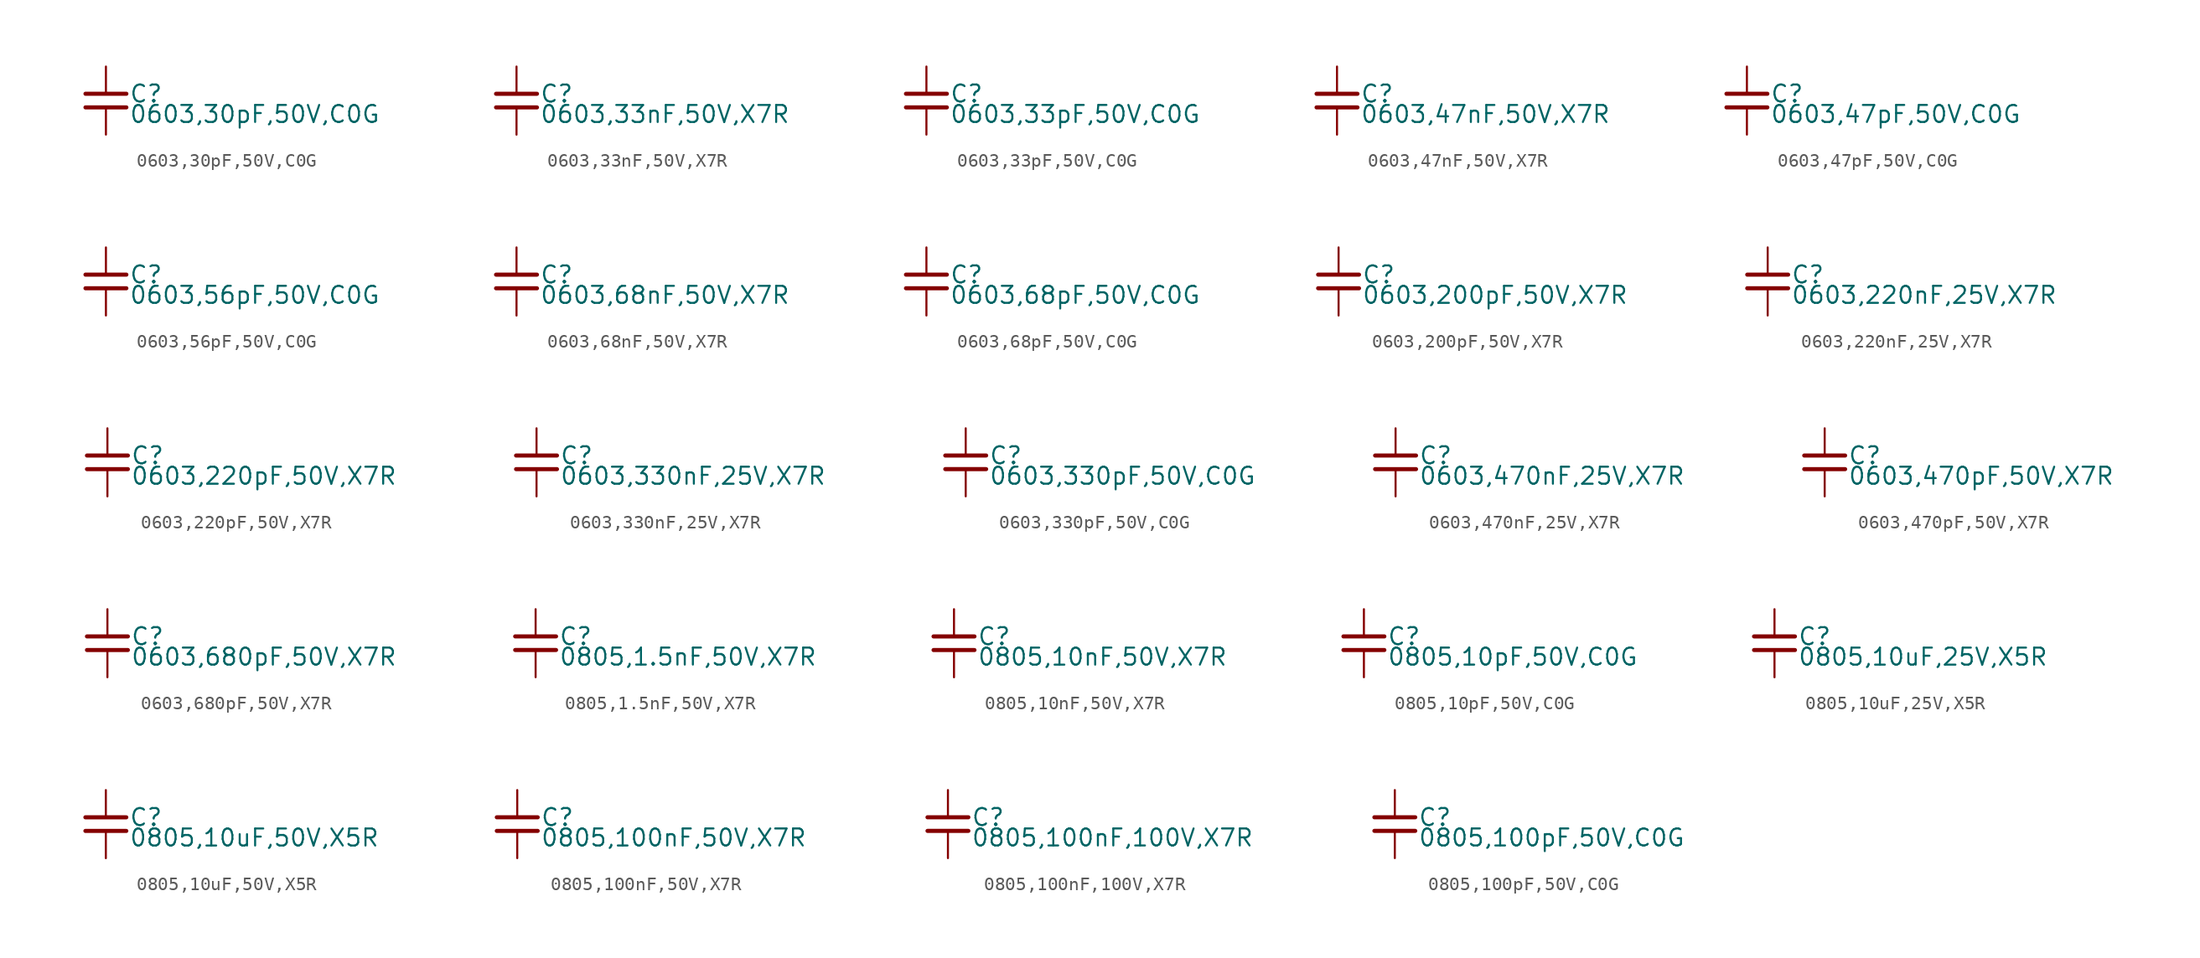
<source format=kicad_sym>
(kicad_symbol_lib
  (version 20220914)
  (generator kicad_symbol_editor)
  (symbol "0603,30pF,50V,C0G "
    (property "Reference" "C"
      (at 1.71 0.508 0)
      (effects (font (size 1.27 1.27)) (justify left)))
    (property "Value" "0603,30pF,50V,C0G "
      (at 1.71 -1.016 0)
      (effects (font (size 1.27 1.27)) (justify left)))
    (property "ki_locked" ""
      (at 0 0 0)
      (effects (font (size 1.27 1.27))))
    (symbol "0603,30pF,50V,C0G _0_0"
      (polyline (pts (xy -1.524 -0.508) (xy 1.524 -0.508)) (stroke (width 0.305) (type default)) (fill (type none)))
      (polyline (pts (xy -1.524 0.508) (xy 1.524 0.508)) (stroke (width 0.305) (type default)) (fill (type none)))
      (pin passive line (at 0 2.54 270) (length 2.032) (name "~" (effects (font (size 0 0)))) (number "1" (effects (font (size 0 0)))))
      (pin passive line (at 0 -2.54 90) (length 2.032) (name "~" (effects (font (size 0 0)))) (number "2" (effects (font (size 0 0)))))))
  (symbol "0603,33nF,50V,X7R "
    (property "Reference" "C"
      (at 1.71 0.508 0)
      (effects (font (size 1.27 1.27)) (justify left)))
    (property "Value" "0603,33nF,50V,X7R "
      (at 1.71 -1.016 0)
      (effects (font (size 1.27 1.27)) (justify left)))
    (property "ki_locked" ""
      (at 0 0 0)
      (effects (font (size 1.27 1.27))))
    (symbol "0603,33nF,50V,X7R _0_0"
      (polyline (pts (xy -1.524 -0.508) (xy 1.524 -0.508)) (stroke (width 0.305) (type default)) (fill (type none)))
      (polyline (pts (xy -1.524 0.508) (xy 1.524 0.508)) (stroke (width 0.305) (type default)) (fill (type none)))
      (pin passive line (at 0 2.54 270) (length 2.032) (name "~" (effects (font (size 0 0)))) (number "1" (effects (font (size 0 0)))))
      (pin passive line (at 0 -2.54 90) (length 2.032) (name "~" (effects (font (size 0 0)))) (number "2" (effects (font (size 0 0)))))))
  (symbol "0603,33pF,50V,C0G "
    (property "Reference" "C"
      (at 1.71 0.508 0)
      (effects (font (size 1.27 1.27)) (justify left)))
    (property "Value" "0603,33pF,50V,C0G "
      (at 1.71 -1.016 0)
      (effects (font (size 1.27 1.27)) (justify left)))
    (property "ki_locked" ""
      (at 0 0 0)
      (effects (font (size 1.27 1.27))))
    (symbol "0603,33pF,50V,C0G _0_0"
      (polyline (pts (xy -1.524 -0.508) (xy 1.524 -0.508)) (stroke (width 0.305) (type default)) (fill (type none)))
      (polyline (pts (xy -1.524 0.508) (xy 1.524 0.508)) (stroke (width 0.305) (type default)) (fill (type none)))
      (pin passive line (at 0 2.54 270) (length 2.032) (name "~" (effects (font (size 0 0)))) (number "1" (effects (font (size 0 0)))))
      (pin passive line (at 0 -2.54 90) (length 2.032) (name "~" (effects (font (size 0 0)))) (number "2" (effects (font (size 0 0)))))))
  (symbol "0603,47nF,50V,X7R "
    (property "Reference" "C"
      (at 1.71 0.508 0)
      (effects (font (size 1.27 1.27)) (justify left)))
    (property "Value" "0603,47nF,50V,X7R "
      (at 1.71 -1.016 0)
      (effects (font (size 1.27 1.27)) (justify left)))
    (property "ki_locked" ""
      (at 0 0 0)
      (effects (font (size 1.27 1.27))))
    (symbol "0603,47nF,50V,X7R _0_0"
      (polyline (pts (xy -1.524 -0.508) (xy 1.524 -0.508)) (stroke (width 0.305) (type default)) (fill (type none)))
      (polyline (pts (xy -1.524 0.508) (xy 1.524 0.508)) (stroke (width 0.305) (type default)) (fill (type none)))
      (pin passive line (at 0 2.54 270) (length 2.032) (name "~" (effects (font (size 0 0)))) (number "1" (effects (font (size 0 0)))))
      (pin passive line (at 0 -2.54 90) (length 2.032) (name "~" (effects (font (size 0 0)))) (number "2" (effects (font (size 0 0)))))))
  (symbol "0603,47pF,50V,C0G "
    (property "Reference" "C"
      (at 1.71 0.508 0)
      (effects (font (size 1.27 1.27)) (justify left)))
    (property "Value" "0603,47pF,50V,C0G "
      (at 1.71 -1.016 0)
      (effects (font (size 1.27 1.27)) (justify left)))
    (property "ki_locked" ""
      (at 0 0 0)
      (effects (font (size 1.27 1.27))))
    (symbol "0603,47pF,50V,C0G _0_0"
      (polyline (pts (xy -1.524 -0.508) (xy 1.524 -0.508)) (stroke (width 0.305) (type default)) (fill (type none)))
      (polyline (pts (xy -1.524 0.508) (xy 1.524 0.508)) (stroke (width 0.305) (type default)) (fill (type none)))
      (pin passive line (at 0 2.54 270) (length 2.032) (name "~" (effects (font (size 0 0)))) (number "1" (effects (font (size 0 0)))))
      (pin passive line (at 0 -2.54 90) (length 2.032) (name "~" (effects (font (size 0 0)))) (number "2" (effects (font (size 0 0)))))))
  (symbol "0603,56pF,50V,C0G "
    (property "Reference" "C"
      (at 1.71 0.508 0)
      (effects (font (size 1.27 1.27)) (justify left)))
    (property "Value" "0603,56pF,50V,C0G "
      (at 1.71 -1.016 0)
      (effects (font (size 1.27 1.27)) (justify left)))
    (property "ki_locked" ""
      (at 0 0 0)
      (effects (font (size 1.27 1.27))))
    (symbol "0603,56pF,50V,C0G _0_0"
      (polyline (pts (xy -1.524 -0.508) (xy 1.524 -0.508)) (stroke (width 0.305) (type default)) (fill (type none)))
      (polyline (pts (xy -1.524 0.508) (xy 1.524 0.508)) (stroke (width 0.305) (type default)) (fill (type none)))
      (pin passive line (at 0 2.54 270) (length 2.032) (name "~" (effects (font (size 0 0)))) (number "1" (effects (font (size 0 0)))))
      (pin passive line (at 0 -2.54 90) (length 2.032) (name "~" (effects (font (size 0 0)))) (number "2" (effects (font (size 0 0)))))))
  (symbol "0603,68nF,50V,X7R "
    (property "Reference" "C"
      (at 1.71 0.508 0)
      (effects (font (size 1.27 1.27)) (justify left)))
    (property "Value" "0603,68nF,50V,X7R "
      (at 1.71 -1.016 0)
      (effects (font (size 1.27 1.27)) (justify left)))
    (property "ki_locked" ""
      (at 0 0 0)
      (effects (font (size 1.27 1.27))))
    (symbol "0603,68nF,50V,X7R _0_0"
      (polyline (pts (xy -1.524 -0.508) (xy 1.524 -0.508)) (stroke (width 0.305) (type default)) (fill (type none)))
      (polyline (pts (xy -1.524 0.508) (xy 1.524 0.508)) (stroke (width 0.305) (type default)) (fill (type none)))
      (pin passive line (at 0 2.54 270) (length 2.032) (name "~" (effects (font (size 0 0)))) (number "1" (effects (font (size 0 0)))))
      (pin passive line (at 0 -2.54 90) (length 2.032) (name "~" (effects (font (size 0 0)))) (number "2" (effects (font (size 0 0)))))))
  (symbol "0603,68pF,50V,C0G "
    (property "Reference" "C"
      (at 1.71 0.508 0)
      (effects (font (size 1.27 1.27)) (justify left)))
    (property "Value" "0603,68pF,50V,C0G "
      (at 1.71 -1.016 0)
      (effects (font (size 1.27 1.27)) (justify left)))
    (property "ki_locked" ""
      (at 0 0 0)
      (effects (font (size 1.27 1.27))))
    (symbol "0603,68pF,50V,C0G _0_0"
      (polyline (pts (xy -1.524 -0.508) (xy 1.524 -0.508)) (stroke (width 0.305) (type default)) (fill (type none)))
      (polyline (pts (xy -1.524 0.508) (xy 1.524 0.508)) (stroke (width 0.305) (type default)) (fill (type none)))
      (pin passive line (at 0 2.54 270) (length 2.032) (name "~" (effects (font (size 0 0)))) (number "1" (effects (font (size 0 0)))))
      (pin passive line (at 0 -2.54 90) (length 2.032) (name "~" (effects (font (size 0 0)))) (number "2" (effects (font (size 0 0)))))))
  (symbol "0603,200pF,50V,X7R "
    (property "Reference" "C"
      (at 1.71 0.508 0)
      (effects (font (size 1.27 1.27)) (justify left)))
    (property "Value" "0603,200pF,50V,X7R "
      (at 1.71 -1.016 0)
      (effects (font (size 1.27 1.27)) (justify left)))
    (property "ki_locked" ""
      (at 0 0 0)
      (effects (font (size 1.27 1.27))))
    (symbol "0603,200pF,50V,X7R _0_0"
      (polyline (pts (xy -1.524 -0.508) (xy 1.524 -0.508)) (stroke (width 0.305) (type default)) (fill (type none)))
      (polyline (pts (xy -1.524 0.508) (xy 1.524 0.508)) (stroke (width 0.305) (type default)) (fill (type none)))
      (pin passive line (at 0 2.54 270) (length 2.032) (name "~" (effects (font (size 0 0)))) (number "1" (effects (font (size 0 0)))))
      (pin passive line (at 0 -2.54 90) (length 2.032) (name "~" (effects (font (size 0 0)))) (number "2" (effects (font (size 0 0)))))))
  (symbol "0603,220nF,25V,X7R "
    (property "Reference" "C"
      (at 1.71 0.508 0)
      (effects (font (size 1.27 1.27)) (justify left)))
    (property "Value" "0603,220nF,25V,X7R "
      (at 1.71 -1.016 0)
      (effects (font (size 1.27 1.27)) (justify left)))
    (property "ki_locked" ""
      (at 0 0 0)
      (effects (font (size 1.27 1.27))))
    (symbol "0603,220nF,25V,X7R _0_0"
      (polyline (pts (xy -1.524 -0.508) (xy 1.524 -0.508)) (stroke (width 0.305) (type default)) (fill (type none)))
      (polyline (pts (xy -1.524 0.508) (xy 1.524 0.508)) (stroke (width 0.305) (type default)) (fill (type none)))
      (pin passive line (at 0 2.54 270) (length 2.032) (name "~" (effects (font (size 0 0)))) (number "1" (effects (font (size 0 0)))))
      (pin passive line (at 0 -2.54 90) (length 2.032) (name "~" (effects (font (size 0 0)))) (number "2" (effects (font (size 0 0)))))))
  (symbol "0603,220pF,50V,X7R "
    (property "Reference" "C"
      (at 1.71 0.508 0)
      (effects (font (size 1.27 1.27)) (justify left)))
    (property "Value" "0603,220pF,50V,X7R "
      (at 1.71 -1.016 0)
      (effects (font (size 1.27 1.27)) (justify left)))
    (property "ki_locked" ""
      (at 0 0 0)
      (effects (font (size 1.27 1.27))))
    (symbol "0603,220pF,50V,X7R _0_0"
      (polyline (pts (xy -1.524 -0.508) (xy 1.524 -0.508)) (stroke (width 0.305) (type default)) (fill (type none)))
      (polyline (pts (xy -1.524 0.508) (xy 1.524 0.508)) (stroke (width 0.305) (type default)) (fill (type none)))
      (pin passive line (at 0 2.54 270) (length 2.032) (name "~" (effects (font (size 0 0)))) (number "1" (effects (font (size 0 0)))))
      (pin passive line (at 0 -2.54 90) (length 2.032) (name "~" (effects (font (size 0 0)))) (number "2" (effects (font (size 0 0)))))))
  (symbol "0603,330nF,25V,X7R "
    (property "Reference" "C"
      (at 1.71 0.508 0)
      (effects (font (size 1.27 1.27)) (justify left)))
    (property "Value" "0603,330nF,25V,X7R "
      (at 1.71 -1.016 0)
      (effects (font (size 1.27 1.27)) (justify left)))
    (property "ki_locked" ""
      (at 0 0 0)
      (effects (font (size 1.27 1.27))))
    (symbol "0603,330nF,25V,X7R _0_0"
      (polyline (pts (xy -1.524 -0.508) (xy 1.524 -0.508)) (stroke (width 0.305) (type default)) (fill (type none)))
      (polyline (pts (xy -1.524 0.508) (xy 1.524 0.508)) (stroke (width 0.305) (type default)) (fill (type none)))
      (pin passive line (at 0 2.54 270) (length 2.032) (name "~" (effects (font (size 0 0)))) (number "1" (effects (font (size 0 0)))))
      (pin passive line (at 0 -2.54 90) (length 2.032) (name "~" (effects (font (size 0 0)))) (number "2" (effects (font (size 0 0)))))))
  (symbol "0603,330pF,50V,C0G "
    (property "Reference" "C"
      (at 1.71 0.508 0)
      (effects (font (size 1.27 1.27)) (justify left)))
    (property "Value" "0603,330pF,50V,C0G "
      (at 1.71 -1.016 0)
      (effects (font (size 1.27 1.27)) (justify left)))
    (property "ki_locked" ""
      (at 0 0 0)
      (effects (font (size 1.27 1.27))))
    (symbol "0603,330pF,50V,C0G _0_0"
      (polyline (pts (xy -1.524 -0.508) (xy 1.524 -0.508)) (stroke (width 0.305) (type default)) (fill (type none)))
      (polyline (pts (xy -1.524 0.508) (xy 1.524 0.508)) (stroke (width 0.305) (type default)) (fill (type none)))
      (pin passive line (at 0 2.54 270) (length 2.032) (name "~" (effects (font (size 0 0)))) (number "1" (effects (font (size 0 0)))))
      (pin passive line (at 0 -2.54 90) (length 2.032) (name "~" (effects (font (size 0 0)))) (number "2" (effects (font (size 0 0)))))))
  (symbol "0603,470nF,25V,X7R "
    (property "Reference" "C"
      (at 1.71 0.508 0)
      (effects (font (size 1.27 1.27)) (justify left)))
    (property "Value" "0603,470nF,25V,X7R "
      (at 1.71 -1.016 0)
      (effects (font (size 1.27 1.27)) (justify left)))
    (property "ki_locked" ""
      (at 0 0 0)
      (effects (font (size 1.27 1.27))))
    (symbol "0603,470nF,25V,X7R _0_0"
      (polyline (pts (xy -1.524 -0.508) (xy 1.524 -0.508)) (stroke (width 0.305) (type default)) (fill (type none)))
      (polyline (pts (xy -1.524 0.508) (xy 1.524 0.508)) (stroke (width 0.305) (type default)) (fill (type none)))
      (pin passive line (at 0 2.54 270) (length 2.032) (name "~" (effects (font (size 0 0)))) (number "1" (effects (font (size 0 0)))))
      (pin passive line (at 0 -2.54 90) (length 2.032) (name "~" (effects (font (size 0 0)))) (number "2" (effects (font (size 0 0)))))))
  (symbol "0603,470pF,50V,X7R "
    (property "Reference" "C"
      (at 1.71 0.508 0)
      (effects (font (size 1.27 1.27)) (justify left)))
    (property "Value" "0603,470pF,50V,X7R "
      (at 1.71 -1.016 0)
      (effects (font (size 1.27 1.27)) (justify left)))
    (property "ki_locked" ""
      (at 0 0 0)
      (effects (font (size 1.27 1.27))))
    (symbol "0603,470pF,50V,X7R _0_0"
      (polyline (pts (xy -1.524 -0.508) (xy 1.524 -0.508)) (stroke (width 0.305) (type default)) (fill (type none)))
      (polyline (pts (xy -1.524 0.508) (xy 1.524 0.508)) (stroke (width 0.305) (type default)) (fill (type none)))
      (pin passive line (at 0 2.54 270) (length 2.032) (name "~" (effects (font (size 0 0)))) (number "1" (effects (font (size 0 0)))))
      (pin passive line (at 0 -2.54 90) (length 2.032) (name "~" (effects (font (size 0 0)))) (number "2" (effects (font (size 0 0)))))))
  (symbol "0603,680pF,50V,X7R "
    (property "Reference" "C"
      (at 1.71 0.508 0)
      (effects (font (size 1.27 1.27)) (justify left)))
    (property "Value" "0603,680pF,50V,X7R "
      (at 1.71 -1.016 0)
      (effects (font (size 1.27 1.27)) (justify left)))
    (property "ki_locked" ""
      (at 0 0 0)
      (effects (font (size 1.27 1.27))))
    (symbol "0603,680pF,50V,X7R _0_0"
      (polyline (pts (xy -1.524 -0.508) (xy 1.524 -0.508)) (stroke (width 0.305) (type default)) (fill (type none)))
      (polyline (pts (xy -1.524 0.508) (xy 1.524 0.508)) (stroke (width 0.305) (type default)) (fill (type none)))
      (pin passive line (at 0 2.54 270) (length 2.032) (name "~" (effects (font (size 0 0)))) (number "1" (effects (font (size 0 0)))))
      (pin passive line (at 0 -2.54 90) (length 2.032) (name "~" (effects (font (size 0 0)))) (number "2" (effects (font (size 0 0)))))))
  (symbol "0805,1.5nF,50V,X7R "
    (property "Reference" "C"
      (at 1.71 0.508 0)
      (effects (font (size 1.27 1.27)) (justify left)))
    (property "Value" "0805,1.5nF,50V,X7R "
      (at 1.71 -1.016 0)
      (effects (font (size 1.27 1.27)) (justify left)))
    (property "ki_locked" ""
      (at 0 0 0)
      (effects (font (size 1.27 1.27))))
    (symbol "0805,1.5nF,50V,X7R _0_0"
      (polyline (pts (xy -1.524 -0.508) (xy 1.524 -0.508)) (stroke (width 0.305) (type default)) (fill (type none)))
      (polyline (pts (xy -1.524 0.508) (xy 1.524 0.508)) (stroke (width 0.305) (type default)) (fill (type none)))
      (pin passive line (at 0 2.54 270) (length 2.032) (name "~" (effects (font (size 0 0)))) (number "1" (effects (font (size 0 0)))))
      (pin passive line (at 0 -2.54 90) (length 2.032) (name "~" (effects (font (size 0 0)))) (number "2" (effects (font (size 0 0)))))))
  (symbol "0805,10nF,50V,X7R "
    (property "Reference" "C"
      (at 1.71 0.508 0)
      (effects (font (size 1.27 1.27)) (justify left)))
    (property "Value" "0805,10nF,50V,X7R "
      (at 1.71 -1.016 0)
      (effects (font (size 1.27 1.27)) (justify left)))
    (property "ki_locked" ""
      (at 0 0 0)
      (effects (font (size 1.27 1.27))))
    (symbol "0805,10nF,50V,X7R _0_0"
      (polyline (pts (xy -1.524 -0.508) (xy 1.524 -0.508)) (stroke (width 0.305) (type default)) (fill (type none)))
      (polyline (pts (xy -1.524 0.508) (xy 1.524 0.508)) (stroke (width 0.305) (type default)) (fill (type none)))
      (pin passive line (at 0 2.54 270) (length 2.032) (name "~" (effects (font (size 0 0)))) (number "1" (effects (font (size 0 0)))))
      (pin passive line (at 0 -2.54 90) (length 2.032) (name "~" (effects (font (size 0 0)))) (number "2" (effects (font (size 0 0)))))))
  (symbol "0805,10pF,50V,C0G "
    (property "Reference" "C"
      (at 1.71 0.508 0)
      (effects (font (size 1.27 1.27)) (justify left)))
    (property "Value" "0805,10pF,50V,C0G "
      (at 1.71 -1.016 0)
      (effects (font (size 1.27 1.27)) (justify left)))
    (property "ki_locked" ""
      (at 0 0 0)
      (effects (font (size 1.27 1.27))))
    (symbol "0805,10pF,50V,C0G _0_0"
      (polyline (pts (xy -1.524 -0.508) (xy 1.524 -0.508)) (stroke (width 0.305) (type default)) (fill (type none)))
      (polyline (pts (xy -1.524 0.508) (xy 1.524 0.508)) (stroke (width 0.305) (type default)) (fill (type none)))
      (pin passive line (at 0 2.54 270) (length 2.032) (name "~" (effects (font (size 0 0)))) (number "1" (effects (font (size 0 0)))))
      (pin passive line (at 0 -2.54 90) (length 2.032) (name "~" (effects (font (size 0 0)))) (number "2" (effects (font (size 0 0)))))))
  (symbol "0805,10uF,25V,X5R "
    (property "Reference" "C"
      (at 1.71 0.508 0)
      (effects (font (size 1.27 1.27)) (justify left)))
    (property "Value" "0805,10uF,25V,X5R "
      (at 1.71 -1.016 0)
      (effects (font (size 1.27 1.27)) (justify left)))
    (symbol "0805,10uF,25V,X5R _0_0"
      (polyline (pts (xy -1.524 -0.508) (xy 1.524 -0.508)) (stroke (width 0.305) (type default)) (fill (type none)))
      (polyline (pts (xy -1.524 0.508) (xy 1.524 0.508)) (stroke (width 0.305) (type default)) (fill (type none)))
      (pin passive line (at 0 2.54 270) (length 2.032) (name "~" (effects (font (size 0 0)))) (number "1" (effects (font (size 0 0)))))
      (pin passive line (at 0 -2.54 90) (length 2.032) (name "~" (effects (font (size 0 0)))) (number "2" (effects (font (size 0 0)))))))
  (symbol "0805,10uF,50V,X5R "
    (property "Reference" "C"
      (at 1.71 0.508 0)
      (effects (font (size 1.27 1.27)) (justify left)))
    (property "Value" "0805,10uF,50V,X5R "
      (at 1.71 -1.016 0)
      (effects (font (size 1.27 1.27)) (justify left)))
    (property "ki_locked" ""
      (at 0 0 0)
      (effects (font (size 1.27 1.27))))
    (symbol "0805,10uF,50V,X5R _0_0"
      (polyline (pts (xy -1.524 -0.508) (xy 1.524 -0.508)) (stroke (width 0.305) (type default)) (fill (type none)))
      (polyline (pts (xy -1.524 0.508) (xy 1.524 0.508)) (stroke (width 0.305) (type default)) (fill (type none)))
      (pin passive line (at 0 2.54 270) (length 2.032) (name "~" (effects (font (size 0 0)))) (number "1" (effects (font (size 0 0)))))
      (pin passive line (at 0 -2.54 90) (length 2.032) (name "~" (effects (font (size 0 0)))) (number "2" (effects (font (size 0 0)))))))
  (symbol "0805,100nF,50V,X7R "
    (property "Reference" "C"
      (at 1.71 0.508 0)
      (effects (font (size 1.27 1.27)) (justify left)))
    (property "Value" "0805,100nF,50V,X7R "
      (at 1.71 -1.016 0)
      (effects (font (size 1.27 1.27)) (justify left)))
    (property "ki_locked" ""
      (at 0 0 0)
      (effects (font (size 1.27 1.27))))
    (symbol "0805,100nF,50V,X7R _0_0"
      (polyline (pts (xy -1.524 -0.508) (xy 1.524 -0.508)) (stroke (width 0.305) (type default)) (fill (type none)))
      (polyline (pts (xy -1.524 0.508) (xy 1.524 0.508)) (stroke (width 0.305) (type default)) (fill (type none)))
      (pin passive line (at 0 2.54 270) (length 2.032) (name "~" (effects (font (size 0 0)))) (number "1" (effects (font (size 0 0)))))
      (pin passive line (at 0 -2.54 90) (length 2.032) (name "~" (effects (font (size 0 0)))) (number "2" (effects (font (size 0 0)))))))
  (symbol "0805,100nF,100V,X7R "
    (property "Reference" "C"
      (at 1.71 0.508 0)
      (effects (font (size 1.27 1.27)) (justify left)))
    (property "Value" "0805,100nF,100V,X7R "
      (at 1.71 -1.016 0)
      (effects (font (size 1.27 1.27)) (justify left)))
    (property "ki_locked" ""
      (at 0 0 0)
      (effects (font (size 1.27 1.27))))
    (symbol "0805,100nF,100V,X7R _0_0"
      (polyline (pts (xy -1.524 -0.508) (xy 1.524 -0.508)) (stroke (width 0.305) (type default)) (fill (type none)))
      (polyline (pts (xy -1.524 0.508) (xy 1.524 0.508)) (stroke (width 0.305) (type default)) (fill (type none)))
      (pin passive line (at 0 2.54 270) (length 2.032) (name "~" (effects (font (size 0 0)))) (number "1" (effects (font (size 0 0)))))
      (pin passive line (at 0 -2.54 90) (length 2.032) (name "~" (effects (font (size 0 0)))) (number "2" (effects (font (size 0 0)))))))
  (symbol "0805,100pF,50V,C0G "
    (property "Reference" "C"
      (at 1.71 0.508 0)
      (effects (font (size 1.27 1.27)) (justify left)))
    (property "Value" "0805,100pF,50V,C0G "
      (at 1.71 -1.016 0)
      (effects (font (size 1.27 1.27)) (justify left)))
    (property "ki_locked" ""
      (at 0 0 0)
      (effects (font (size 1.27 1.27))))
    (symbol "0805,100pF,50V,C0G _0_0"
      (polyline (pts (xy -1.524 -0.508) (xy 1.524 -0.508)) (stroke (width 0.305) (type default)) (fill (type none)))
      (polyline (pts (xy -1.524 0.508) (xy 1.524 0.508)) (stroke (width 0.305) (type default)) (fill (type none)))
      (pin passive line (at 0 2.54 270) (length 2.032) (name "~" (effects (font (size 0 0)))) (number "1" (effects (font (size 0 0)))))
      (pin passive line (at 0 -2.54 90) (length 2.032) (name "~" (effects (font (size 0 0)))) (number "2" (effects (font (size 0 0))))))))
</source>
